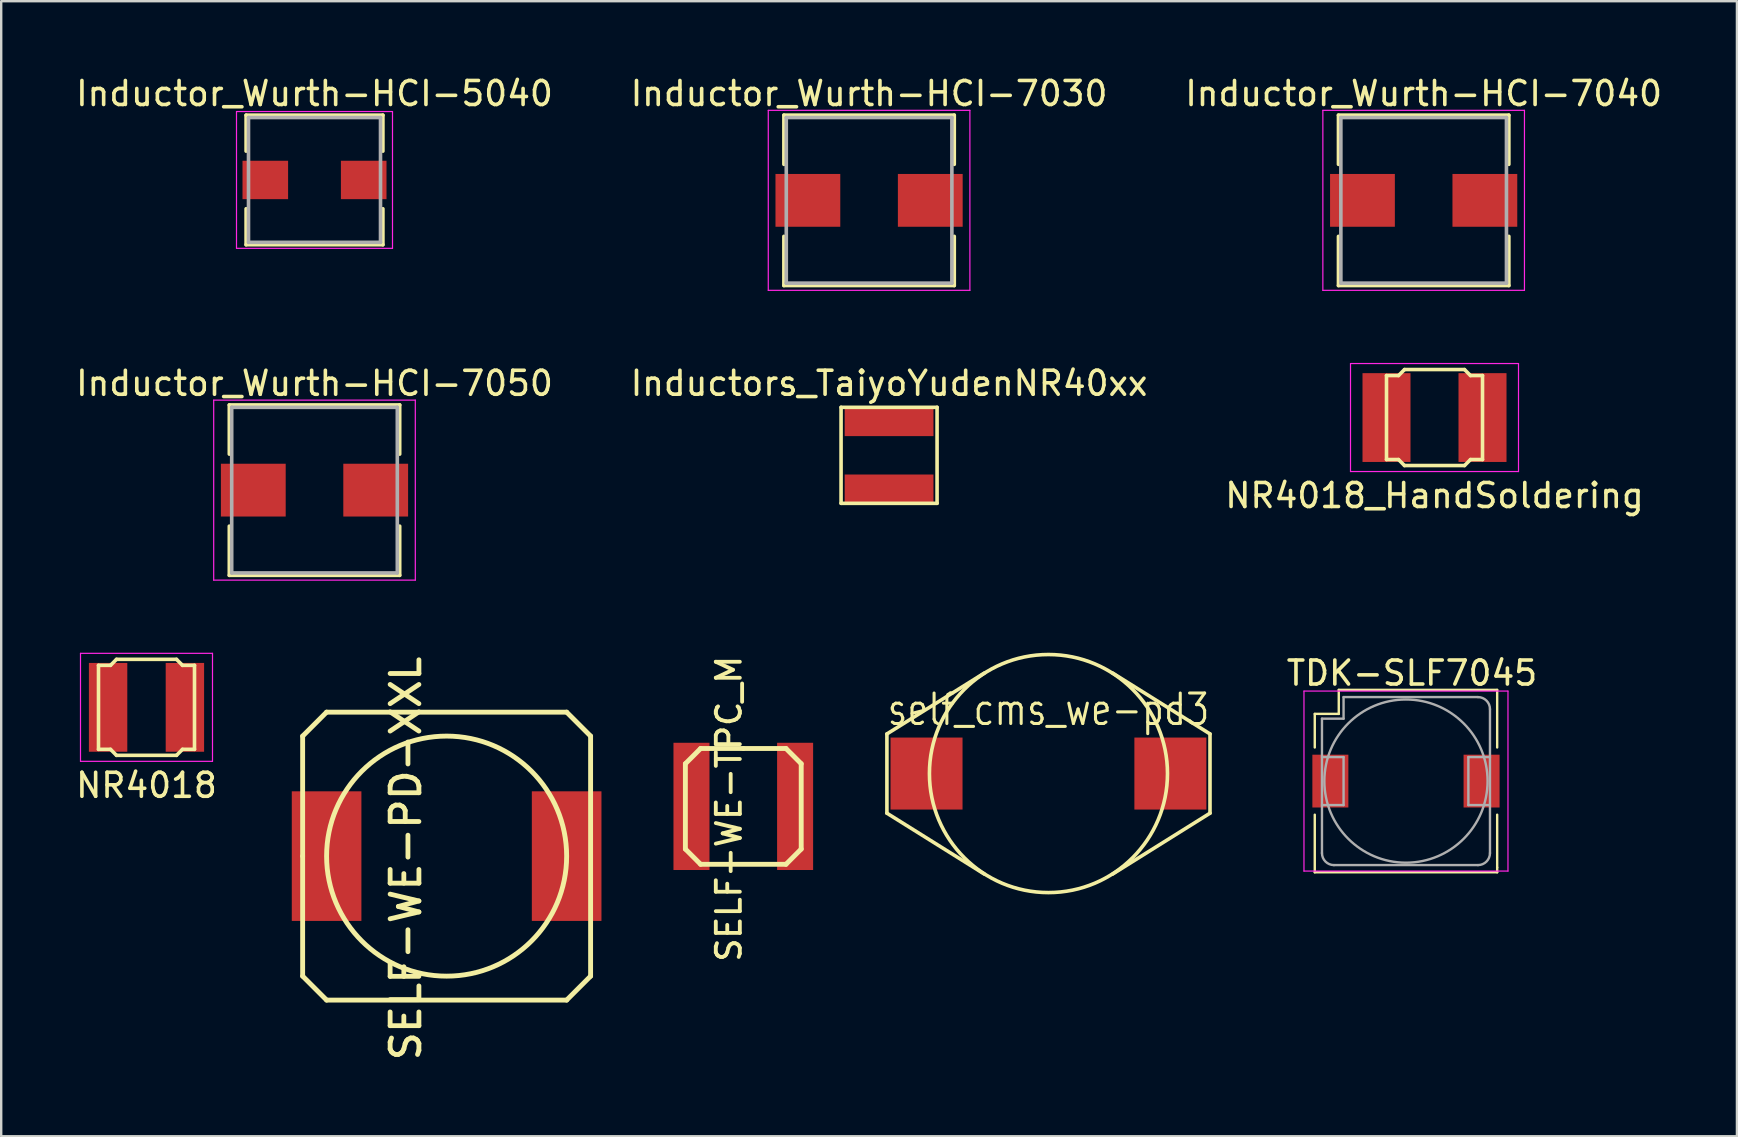
<source format=kicad_pcb>
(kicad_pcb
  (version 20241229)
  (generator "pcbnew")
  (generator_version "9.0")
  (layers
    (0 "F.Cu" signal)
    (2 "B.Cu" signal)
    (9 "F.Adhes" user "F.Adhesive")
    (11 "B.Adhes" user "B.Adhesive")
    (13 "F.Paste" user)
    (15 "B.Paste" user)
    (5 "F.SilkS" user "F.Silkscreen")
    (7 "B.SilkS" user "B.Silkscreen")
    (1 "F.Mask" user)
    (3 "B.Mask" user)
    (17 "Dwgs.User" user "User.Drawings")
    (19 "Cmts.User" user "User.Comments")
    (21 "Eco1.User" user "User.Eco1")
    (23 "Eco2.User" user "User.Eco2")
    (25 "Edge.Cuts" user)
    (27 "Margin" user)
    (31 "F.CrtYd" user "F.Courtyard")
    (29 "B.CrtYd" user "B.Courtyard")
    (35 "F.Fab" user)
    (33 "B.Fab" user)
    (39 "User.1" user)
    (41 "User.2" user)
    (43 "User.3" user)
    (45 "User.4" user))
  (footprint "TDK-SLF7045"
    (layer "F.Cu")
    (at 55.531 29.495)
    (property "Reference" "TDK-SLF7045" (at 0.25 -4.5 0) (layer "F.SilkS") (effects (font (size 1 1) (thickness 0.15))))
    (attr smd)
    (fp_line (start -3.8 -2.8) (end -2.8 -2.8) (stroke (width 0.1) (type solid)) (layer "F.SilkS"))
    (fp_line (start -3.8 -1.4) (end -3.8 -2.8) (stroke (width 0.1) (type solid)) (layer "F.SilkS"))
    (fp_line (start -3.8 3.8) (end -3.8 1.4) (stroke (width 0.1) (type solid)) (layer "F.SilkS"))
    (fp_line (start -2.8 -3.8) (end 3.8 -3.8) (stroke (width 0.1) (type solid)) (layer "F.SilkS"))
    (fp_line (start -2.8 -2.8) (end -2.8 -3.8) (stroke (width 0.1) (type solid)) (layer "F.SilkS"))
    (fp_line (start 3.8 -3.8) (end 3.8 -1.4) (stroke (width 0.1) (type solid)) (layer "F.SilkS"))
    (fp_line (start 3.8 1.4) (end 3.8 3.6) (stroke (width 0.1) (type solid)) (layer "F.SilkS"))
    (fp_line (start 3.8 3.6) (end 3.8 3.8) (stroke (width 0.1) (type solid)) (layer "F.SilkS"))
    (fp_line (start 3.8 3.8) (end -3.8 3.8) (stroke (width 0.1) (type solid)) (layer "F.SilkS"))
    (fp_line (start -4.25 -3.75) (end -4.25 3.75) (stroke (width 0.05) (type solid)) (layer "F.CrtYd"))
    (fp_line (start -4.25 3.75) (end 4.25 3.75) (stroke (width 0.05) (type solid)) (layer "F.CrtYd"))
    (fp_line (start 4.25 -3.75) (end -4.25 -3.75) (stroke (width 0.05) (type solid)) (layer "F.CrtYd"))
    (fp_line (start 4.25 3.75) (end 4.25 -3.75) (stroke (width 0.05) (type solid)) (layer "F.CrtYd"))
    (fp_line (start -3.5 -1) (end -2.6 -1) (stroke (width 0.1) (type solid)) (layer "F.Fab"))
    (fp_line (start -3.5 3) (end -3.5 -2.6) (stroke (width 0.1) (type solid)) (layer "F.Fab"))
    (fp_line (start -2.6 -3.5) (end -2.6 -2.6) (stroke (width 0.1) (type solid)) (layer "F.Fab"))
    (fp_line (start -2.6 -3.5) (end 3 -3.5) (stroke (width 0.1) (type solid)) (layer "F.Fab"))
    (fp_line (start -2.6 -2.6) (end -3.5 -2.6) (stroke (width 0.1) (type solid)) (layer "F.Fab"))
    (fp_line (start -2.6 -1) (end -2.6 1) (stroke (width 0.1) (type solid)) (layer "F.Fab"))
    (fp_line (start -2.6 1) (end -3.5 1) (stroke (width 0.1) (type solid)) (layer "F.Fab"))
    (fp_line (start 2.6 -1) (end 2.6 1) (stroke (width 0.1) (type solid)) (layer "F.Fab"))
    (fp_line (start 2.6 1) (end 3.5 1) (stroke (width 0.1) (type solid)) (layer "F.Fab"))
    (fp_line (start 3 3.5) (end -3 3.5) (stroke (width 0.1) (type solid)) (layer "F.Fab"))
    (fp_line (start 3.5 -3) (end 3.5 3) (stroke (width 0.1) (type solid)) (layer "F.Fab"))
    (fp_line (start 3.5 -1) (end 2.6 -1) (stroke (width 0.1) (type solid)) (layer "F.Fab"))
    (fp_arc (start -3 3.5) (mid -3.353553 3.353553) (end -3.5 3) (stroke (width 0.1) (type solid)) (layer "F.Fab"))
    (fp_arc (start 3 -3.5) (mid 3.353553 -3.353553) (end 3.5 -3) (stroke (width 0.1) (type solid)) (layer "F.Fab"))
    (fp_arc (start 3.5 3) (mid 3.353553 3.353553) (end 3 3.5) (stroke (width 0.1) (type solid)) (layer "F.Fab"))
    (fp_circle (center 0 0) (end 0 3.4) (stroke (width 0.1) (type solid)) (fill no) (layer "F.Fab"))
    (pad "1" smd rect (at -3.15 0) (size 1.5 2.2) (layers "F.Cu" "F.Mask" "F.Paste"))
    (pad "2" smd rect (at 3.15 0) (size 1.5 2.2) (layers "F.Cu" "F.Mask" "F.Paste")))
  (footprint "SELF-WE-TPC_M"
    (layer "F.Cu")
    (at 27.92 30.549)
    (property "Reference" "SELF-WE-TPC_M" (at -0.599 0.099 90) (layer "F.SilkS") (effects (font (size 1.001 1.001) (thickness 0.16))))
    (attr smd)
    (fp_line (start -2.413 -1.778) (end -1.778 -2.413) (stroke (width 0.203) (type solid)) (layer "F.SilkS"))
    (fp_line (start -2.413 1.778) (end -2.413 -1.778) (stroke (width 0.203) (type solid)) (layer "F.SilkS"))
    (fp_line (start -1.778 -2.413) (end 0 -2.413) (stroke (width 0.203) (type solid)) (layer "F.SilkS"))
    (fp_line (start -1.778 2.413) (end -2.413 1.778) (stroke (width 0.203) (type solid)) (layer "F.SilkS"))
    (fp_line (start 0 -2.413) (end 1.778 -2.413) (stroke (width 0.203) (type solid)) (layer "F.SilkS"))
    (fp_line (start 1.778 -2.413) (end 2.413 -1.778) (stroke (width 0.203) (type solid)) (layer "F.SilkS"))
    (fp_line (start 1.778 2.413) (end -1.778 2.413) (stroke (width 0.203) (type solid)) (layer "F.SilkS"))
    (fp_line (start 2.413 -1.778) (end 2.413 1.778) (stroke (width 0.203) (type solid)) (layer "F.SilkS"))
    (fp_line (start 2.413 1.778) (end 1.778 2.413) (stroke (width 0.203) (type solid)) (layer "F.SilkS"))
    (pad "1" smd rect (at -2.159 0) (size 1.501 5.301) (layers "F.Cu" "F.Mask" "F.Paste"))
    (pad "2" smd rect (at 2.159 0) (size 1.501 5.301) (layers "F.Cu" "F.Mask" "F.Paste")))
  (footprint "Inductor_Wurth-HCI-7040"
    (layer "F.Cu")
    (at 56.268 5.298)
    (property "Reference" "Inductor_Wurth-HCI-7040" (at 0 -4.45 0) (layer "F.SilkS") (effects (font (size 1 1) (thickness 0.15))))
    (attr smd)
    (fp_line (start -3.55 -3.55) (end 3.55 -3.55) (stroke (width 0.15) (type solid)) (layer "F.SilkS"))
    (fp_line (start -3.55 -1.5) (end -3.55 -3.55) (stroke (width 0.15) (type solid)) (layer "F.SilkS"))
    (fp_line (start -3.55 1.5) (end -3.55 3.55) (stroke (width 0.15) (type solid)) (layer "F.SilkS"))
    (fp_line (start -3.55 3.55) (end 3.55 3.55) (stroke (width 0.15) (type solid)) (layer "F.SilkS"))
    (fp_line (start 3.55 -3.55) (end 3.55 -1.5) (stroke (width 0.15) (type solid)) (layer "F.SilkS"))
    (fp_line (start 3.55 3.55) (end 3.55 1.5) (stroke (width 0.15) (type solid)) (layer "F.SilkS"))
    (fp_line (start -4.2 -3.75) (end -4.2 3.75) (stroke (width 0.05) (type solid)) (layer "F.CrtYd"))
    (fp_line (start -4.2 3.75) (end 4.2 3.75) (stroke (width 0.05) (type solid)) (layer "F.CrtYd"))
    (fp_line (start 4.2 -3.75) (end -4.2 -3.75) (stroke (width 0.05) (type solid)) (layer "F.CrtYd"))
    (fp_line (start 4.2 3.75) (end 4.2 -3.75) (stroke (width 0.05) (type solid)) (layer "F.CrtYd"))
    (fp_line (start -3.45 -3.45) (end -3.45 3.45) (stroke (width 0.15) (type solid)) (layer "F.Fab"))
    (fp_line (start -3.45 3.45) (end 3.45 3.45) (stroke (width 0.15) (type solid)) (layer "F.Fab"))
    (fp_line (start 3.45 -3.45) (end -3.45 -3.45) (stroke (width 0.15) (type solid)) (layer "F.Fab"))
    (fp_line (start 3.45 3.45) (end 3.45 -3.45) (stroke (width 0.15) (type solid)) (layer "F.Fab"))
    (pad "1" smd rect (at -2.55 0) (size 2.7 2.2) (layers "F.Cu" "F.Mask" "F.Paste"))
    (pad "2" smd rect (at 2.55 0) (size 2.7 2.2) (layers "F.Cu" "F.Mask" "F.Paste")))
  (footprint "Inductor_Wurth-HCI-7050"
    (layer "F.Cu")
    (at 10.054 17.372)
    (property "Reference" "Inductor_Wurth-HCI-7050" (at 0 -4.45 0) (layer "F.SilkS") (effects (font (size 1 1) (thickness 0.15))))
    (attr smd)
    (fp_line (start -3.55 -3.55) (end 3.55 -3.55) (stroke (width 0.15) (type solid)) (layer "F.SilkS"))
    (fp_line (start -3.55 -1.5) (end -3.55 -3.55) (stroke (width 0.15) (type solid)) (layer "F.SilkS"))
    (fp_line (start -3.55 1.5) (end -3.55 3.55) (stroke (width 0.15) (type solid)) (layer "F.SilkS"))
    (fp_line (start -3.55 3.55) (end 3.55 3.55) (stroke (width 0.15) (type solid)) (layer "F.SilkS"))
    (fp_line (start 3.55 -3.55) (end 3.55 -1.5) (stroke (width 0.15) (type solid)) (layer "F.SilkS"))
    (fp_line (start 3.55 3.55) (end 3.55 1.5) (stroke (width 0.15) (type solid)) (layer "F.SilkS"))
    (fp_line (start -4.2 -3.75) (end -4.2 3.75) (stroke (width 0.05) (type solid)) (layer "F.CrtYd"))
    (fp_line (start -4.2 3.75) (end 4.2 3.75) (stroke (width 0.05) (type solid)) (layer "F.CrtYd"))
    (fp_line (start 4.2 -3.75) (end -4.2 -3.75) (stroke (width 0.05) (type solid)) (layer "F.CrtYd"))
    (fp_line (start 4.2 3.75) (end 4.2 -3.75) (stroke (width 0.05) (type solid)) (layer "F.CrtYd"))
    (fp_line (start -3.45 -3.45) (end -3.45 3.45) (stroke (width 0.15) (type solid)) (layer "F.Fab"))
    (fp_line (start -3.45 3.45) (end 3.45 3.45) (stroke (width 0.15) (type solid)) (layer "F.Fab"))
    (fp_line (start 3.45 -3.45) (end -3.45 -3.45) (stroke (width 0.15) (type solid)) (layer "F.Fab"))
    (fp_line (start 3.45 3.45) (end 3.45 -3.45) (stroke (width 0.15) (type solid)) (layer "F.Fab"))
    (pad "1" smd rect (at -2.55 0) (size 2.7 2.2) (layers "F.Cu" "F.Mask" "F.Paste"))
    (pad "2" smd rect (at 2.55 0) (size 2.7 2.2) (layers "F.Cu" "F.Mask" "F.Paste")))
  (footprint "NR4018_HandSoldering"
    (layer "F.Cu")
    (at 56.72 14.348)
    (property "Reference" "NR4018_HandSoldering" (at 0 3.25 0) (layer "F.SilkS") (effects (font (size 1 1) (thickness 0.15))))
    (attr smd)
    (fp_line (start -2 -1.75) (end -2 1.75) (stroke (width 0.15) (type solid)) (layer "F.SilkS"))
    (fp_line (start -2 -1.75) (end -1.5 -1.75) (stroke (width 0.15) (type solid)) (layer "F.SilkS"))
    (fp_line (start -2 1.75) (end -1.5 1.75) (stroke (width 0.15) (type solid)) (layer "F.SilkS"))
    (fp_line (start -1.5 -1.75) (end -1.25 -2) (stroke (width 0.15) (type solid)) (layer "F.SilkS"))
    (fp_line (start -1.5 1.75) (end -1.25 2) (stroke (width 0.15) (type solid)) (layer "F.SilkS"))
    (fp_line (start -1.25 -2) (end 1.25 -2) (stroke (width 0.15) (type solid)) (layer "F.SilkS"))
    (fp_line (start 1.25 -2) (end 1.5 -1.75) (stroke (width 0.15) (type solid)) (layer "F.SilkS"))
    (fp_line (start 1.25 2) (end -1.25 2) (stroke (width 0.15) (type solid)) (layer "F.SilkS"))
    (fp_line (start 1.5 -1.75) (end 2 -1.75) (stroke (width 0.15) (type solid)) (layer "F.SilkS"))
    (fp_line (start 1.5 1.75) (end 1.25 2) (stroke (width 0.15) (type solid)) (layer "F.SilkS"))
    (fp_line (start 2 -1.75) (end 2 1.75) (stroke (width 0.15) (type solid)) (layer "F.SilkS"))
    (fp_line (start 2 1.75) (end 1.5 1.75) (stroke (width 0.15) (type solid)) (layer "F.SilkS"))
    (fp_line (start -3.5 -2.25) (end 3.5 -2.25) (stroke (width 0.05) (type solid)) (layer "F.CrtYd"))
    (fp_line (start -3.5 2.25) (end -3.5 -2.25) (stroke (width 0.05) (type solid)) (layer "F.CrtYd"))
    (fp_line (start 3.5 -2.25) (end 3.5 2.25) (stroke (width 0.05) (type solid)) (layer "F.CrtYd"))
    (fp_line (start 3.5 2.25) (end -3.5 2.25) (stroke (width 0.05) (type solid)) (layer "F.CrtYd"))
    (pad "1" smd rect (at -2 0) (size 2 3.7) (layers "F.Cu" "F.Mask" "F.Paste"))
    (pad "2" smd rect (at 2 0) (size 2 3.7) (layers "F.Cu" "F.Mask" "F.Paste")))
  (footprint "self_cms_we-pd3"
    (layer "F.Cu")
    (at 40.635 29.181)
    (property "Reference" "self_cms_we-pd3" (at 0 -2.667 0) (layer "F.SilkS") (effects (font (size 1.27 1.016) (thickness 0.127))))
    (attr smd)
    (fp_line (start -6.731 -1.651) (end -6.731 1.651) (stroke (width 0.15) (type solid)) (layer "F.SilkS"))
    (fp_line (start -6.731 -1.651) (end -2.667 -4.191) (stroke (width 0.15) (type solid)) (layer "F.SilkS"))
    (fp_line (start -6.731 1.651) (end -2.667 4.191) (stroke (width 0.15) (type solid)) (layer "F.SilkS"))
    (fp_line (start 6.731 -1.651) (end 2.667 -4.191) (stroke (width 0.15) (type solid)) (layer "F.SilkS"))
    (fp_line (start 6.731 -1.651) (end 6.731 1.651) (stroke (width 0.15) (type solid)) (layer "F.SilkS"))
    (fp_line (start 6.731 1.651) (end 2.667 4.191) (stroke (width 0.15) (type solid)) (layer "F.SilkS"))
    (fp_circle (center 0 0) (end 0.254 -4.953) (stroke (width 0.15) (type solid)) (fill no) (layer "F.SilkS"))
    (pad "1" smd rect (at -5.08 0) (size 3 3) (layers "F.Cu" "F.Mask" "F.Paste"))
    (pad "2" smd rect (at 5.08 0) (size 3 3) (layers "F.Cu" "F.Mask" "F.Paste")))
  (footprint "Inductor_Wurth-HCI-5040"
    (layer "F.Cu")
    (at 10.054 4.448)
    (property "Reference" "Inductor_Wurth-HCI-5040" (at 0 -3.6 0) (layer "F.SilkS") (effects (font (size 1 1) (thickness 0.15))))
    (attr smd)
    (fp_line (start -2.85 -2.7) (end 2.85 -2.7) (stroke (width 0.15) (type solid)) (layer "F.SilkS"))
    (fp_line (start -2.85 -1.2) (end -2.85 -2.7) (stroke (width 0.15) (type solid)) (layer "F.SilkS"))
    (fp_line (start -2.85 1.2) (end -2.85 2.7) (stroke (width 0.15) (type solid)) (layer "F.SilkS"))
    (fp_line (start -2.85 2.7) (end 2.85 2.7) (stroke (width 0.15) (type solid)) (layer "F.SilkS"))
    (fp_line (start 2.85 -2.7) (end 2.85 -1.2) (stroke (width 0.15) (type solid)) (layer "F.SilkS"))
    (fp_line (start 2.85 2.7) (end 2.85 1.2) (stroke (width 0.15) (type solid)) (layer "F.SilkS"))
    (fp_line (start -3.25 -2.85) (end -3.25 2.85) (stroke (width 0.05) (type solid)) (layer "F.CrtYd"))
    (fp_line (start -3.25 2.85) (end 3.25 2.85) (stroke (width 0.05) (type solid)) (layer "F.CrtYd"))
    (fp_line (start 3.25 -2.85) (end -3.25 -2.85) (stroke (width 0.05) (type solid)) (layer "F.CrtYd"))
    (fp_line (start 3.25 2.85) (end 3.25 -2.85) (stroke (width 0.05) (type solid)) (layer "F.CrtYd"))
    (fp_line (start -2.75 -2.6) (end -2.75 2.6) (stroke (width 0.15) (type solid)) (layer "F.Fab"))
    (fp_line (start -2.75 2.6) (end 2.75 2.6) (stroke (width 0.15) (type solid)) (layer "F.Fab"))
    (fp_line (start 2.75 -2.6) (end -2.75 -2.6) (stroke (width 0.15) (type solid)) (layer "F.Fab"))
    (fp_line (start 2.75 2.6) (end 2.75 -2.6) (stroke (width 0.15) (type solid)) (layer "F.Fab"))
    (pad "1" smd rect (at -2.05 0) (size 1.9 1.6) (layers "F.Cu" "F.Mask" "F.Paste"))
    (pad "2" smd rect (at 2.05 0) (size 1.9 1.6) (layers "F.Cu" "F.Mask" "F.Paste")))
  (footprint "Inductor_Wurth-HCI-7030"
    (layer "F.Cu")
    (at 33.161 5.298)
    (property "Reference" "Inductor_Wurth-HCI-7030" (at 0 -4.45 0) (layer "F.SilkS") (effects (font (size 1 1) (thickness 0.15))))
    (attr smd)
    (fp_line (start -3.55 -3.55) (end 3.55 -3.55) (stroke (width 0.15) (type solid)) (layer "F.SilkS"))
    (fp_line (start -3.55 -1.5) (end -3.55 -3.55) (stroke (width 0.15) (type solid)) (layer "F.SilkS"))
    (fp_line (start -3.55 1.5) (end -3.55 3.55) (stroke (width 0.15) (type solid)) (layer "F.SilkS"))
    (fp_line (start -3.55 3.55) (end 3.55 3.55) (stroke (width 0.15) (type solid)) (layer "F.SilkS"))
    (fp_line (start 3.55 -3.55) (end 3.55 -1.5) (stroke (width 0.15) (type solid)) (layer "F.SilkS"))
    (fp_line (start 3.55 3.55) (end 3.55 1.5) (stroke (width 0.15) (type solid)) (layer "F.SilkS"))
    (fp_line (start -4.2 -3.75) (end -4.2 3.75) (stroke (width 0.05) (type solid)) (layer "F.CrtYd"))
    (fp_line (start -4.2 3.75) (end 4.2 3.75) (stroke (width 0.05) (type solid)) (layer "F.CrtYd"))
    (fp_line (start 4.2 -3.75) (end -4.2 -3.75) (stroke (width 0.05) (type solid)) (layer "F.CrtYd"))
    (fp_line (start 4.2 3.75) (end 4.2 -3.75) (stroke (width 0.05) (type solid)) (layer "F.CrtYd"))
    (fp_line (start -3.45 -3.45) (end -3.45 3.45) (stroke (width 0.15) (type solid)) (layer "F.Fab"))
    (fp_line (start -3.45 3.45) (end 3.45 3.45) (stroke (width 0.15) (type solid)) (layer "F.Fab"))
    (fp_line (start 3.45 -3.45) (end -3.45 -3.45) (stroke (width 0.15) (type solid)) (layer "F.Fab"))
    (fp_line (start 3.45 3.45) (end 3.45 -3.45) (stroke (width 0.15) (type solid)) (layer "F.Fab"))
    (pad "1" smd rect (at -2.55 0) (size 2.7 2.2) (layers "F.Cu" "F.Mask" "F.Paste"))
    (pad "2" smd rect (at 2.55 0) (size 2.7 2.2) (layers "F.Cu" "F.Mask" "F.Paste")))
  (footprint "NR4018"
    (layer "F.Cu")
    (at 3.054 26.422)
    (property "Reference" "NR4018" (at 0 3.25 0) (layer "F.SilkS") (effects (font (size 1 1) (thickness 0.15))))
    (attr smd)
    (fp_line (start -2 -1.75) (end -2 1.75) (stroke (width 0.15) (type solid)) (layer "F.SilkS"))
    (fp_line (start -2 -1.75) (end -1.5 -1.75) (stroke (width 0.15) (type solid)) (layer "F.SilkS"))
    (fp_line (start -2 1.75) (end -1.5 1.75) (stroke (width 0.15) (type solid)) (layer "F.SilkS"))
    (fp_line (start -1.5 -1.75) (end -1.25 -2) (stroke (width 0.15) (type solid)) (layer "F.SilkS"))
    (fp_line (start -1.5 1.75) (end -1.25 2) (stroke (width 0.15) (type solid)) (layer "F.SilkS"))
    (fp_line (start -1.25 -2) (end 1.25 -2) (stroke (width 0.15) (type solid)) (layer "F.SilkS"))
    (fp_line (start 1.25 -2) (end 1.5 -1.75) (stroke (width 0.15) (type solid)) (layer "F.SilkS"))
    (fp_line (start 1.25 2) (end -1.25 2) (stroke (width 0.15) (type solid)) (layer "F.SilkS"))
    (fp_line (start 1.5 -1.75) (end 2 -1.75) (stroke (width 0.15) (type solid)) (layer "F.SilkS"))
    (fp_line (start 1.5 1.75) (end 1.25 2) (stroke (width 0.15) (type solid)) (layer "F.SilkS"))
    (fp_line (start 2 -1.75) (end 2 1.75) (stroke (width 0.15) (type solid)) (layer "F.SilkS"))
    (fp_line (start 2 1.75) (end 1.5 1.75) (stroke (width 0.15) (type solid)) (layer "F.SilkS"))
    (fp_line (start -2.75 -2.25) (end 2.75 -2.25) (stroke (width 0.05) (type solid)) (layer "F.CrtYd"))
    (fp_line (start -2.75 2.25) (end -2.75 -2.25) (stroke (width 0.05) (type solid)) (layer "F.CrtYd"))
    (fp_line (start 2.75 -2.25) (end 2.75 2.25) (stroke (width 0.05) (type solid)) (layer "F.CrtYd"))
    (fp_line (start 2.75 2.25) (end -2.75 2.25) (stroke (width 0.05) (type solid)) (layer "F.CrtYd"))
    (pad "1" smd rect (at -1.6 0) (size 1.6 3.7) (layers "F.Cu" "F.Mask" "F.Paste"))
    (pad "2" smd rect (at 1.6 0) (size 1.6 3.7) (layers "F.Cu" "F.Mask" "F.Paste")))
  (footprint "SELF-WE-PD-XXL"
    (layer "F.Cu")
    (at 15.559 32.621)
    (property "Reference" "SELF-WE-PD-XXL" (at -1.699 0.099 90) (layer "F.SilkS") (effects (font (size 1.199 1.199) (thickness 0.201))))
    (attr smd)
    (fp_line (start -5.999 -5.001) (end -5.001 -5.999) (stroke (width 0.203) (type solid)) (layer "F.SilkS"))
    (fp_line (start -5.999 0) (end -5.999 -5.001) (stroke (width 0.203) (type solid)) (layer "F.SilkS"))
    (fp_line (start -5.999 5.001) (end -5.999 0) (stroke (width 0.203) (type solid)) (layer "F.SilkS"))
    (fp_line (start -5.001 -5.999) (end 5.001 -5.999) (stroke (width 0.203) (type solid)) (layer "F.SilkS"))
    (fp_line (start -5.001 5.999) (end -5.999 5.001) (stroke (width 0.203) (type solid)) (layer "F.SilkS"))
    (fp_line (start 5.001 -5.999) (end 5.999 -5.001) (stroke (width 0.203) (type solid)) (layer "F.SilkS"))
    (fp_line (start 5.001 5.999) (end -5.001 5.999) (stroke (width 0.203) (type solid)) (layer "F.SilkS"))
    (fp_line (start 5.999 -5.001) (end 5.999 5.001) (stroke (width 0.203) (type solid)) (layer "F.SilkS"))
    (fp_line (start 5.999 5.001) (end 5.001 5.999) (stroke (width 0.203) (type solid)) (layer "F.SilkS"))
    (fp_circle (center 0 0) (end 0 -5.001) (stroke (width 0.203) (type solid)) (fill no) (layer "F.SilkS"))
    (fp_text user "" (at 0 0 0) (layer "F.SilkS") (effects (font (size 1.016 1.016) (thickness 0.254))))
    (fp_text user "" (at 0 0 0) (layer "F.SilkS") (effects (font (size 1.016 1.016) (thickness 0.254))))
    (pad "1" smd rect (at -5.001 0) (size 2.901 5.4) (layers "F.Cu" "F.Mask" "F.Paste"))
    (pad "2" smd rect (at 5.001 0) (size 2.901 5.4) (layers "F.Cu" "F.Mask" "F.Paste")))
  (footprint "Inductors_TaiyoYudenNR40xx"
    (layer "F.Cu")
    (at 33.994 15.921)
    (property "Reference" "Inductors_TaiyoYudenNR40xx" (at 0 -3 0) (layer "F.SilkS") (effects (font (size 1 1) (thickness 0.15))))
    (attr through_hole)
    (fp_line (start -2 -2) (end 2 -2) (stroke (width 0.15) (type solid)) (layer "F.SilkS"))
    (fp_line (start -2 2) (end -2 -2) (stroke (width 0.15) (type solid)) (layer "F.SilkS"))
    (fp_line (start 2 -2) (end 2 2) (stroke (width 0.15) (type solid)) (layer "F.SilkS"))
    (fp_line (start 2 2) (end -2 2) (stroke (width 0.15) (type solid)) (layer "F.SilkS"))
    (pad "1" smd rect (at 0 1.4) (size 3.7 1.2) (layers "F.Cu" "F.Mask" "F.Paste"))
    (pad "2" smd rect (at 0 -1.4) (size 3.7 1.2) (layers "F.Cu" "F.Mask" "F.Paste")))
  (gr_rect
    (start -3 -3)
    (end 69.321 44.293)
    (stroke (width 0.1) (type default))
    (fill no)
    (layer "Edge.Cuts")))
</source>
